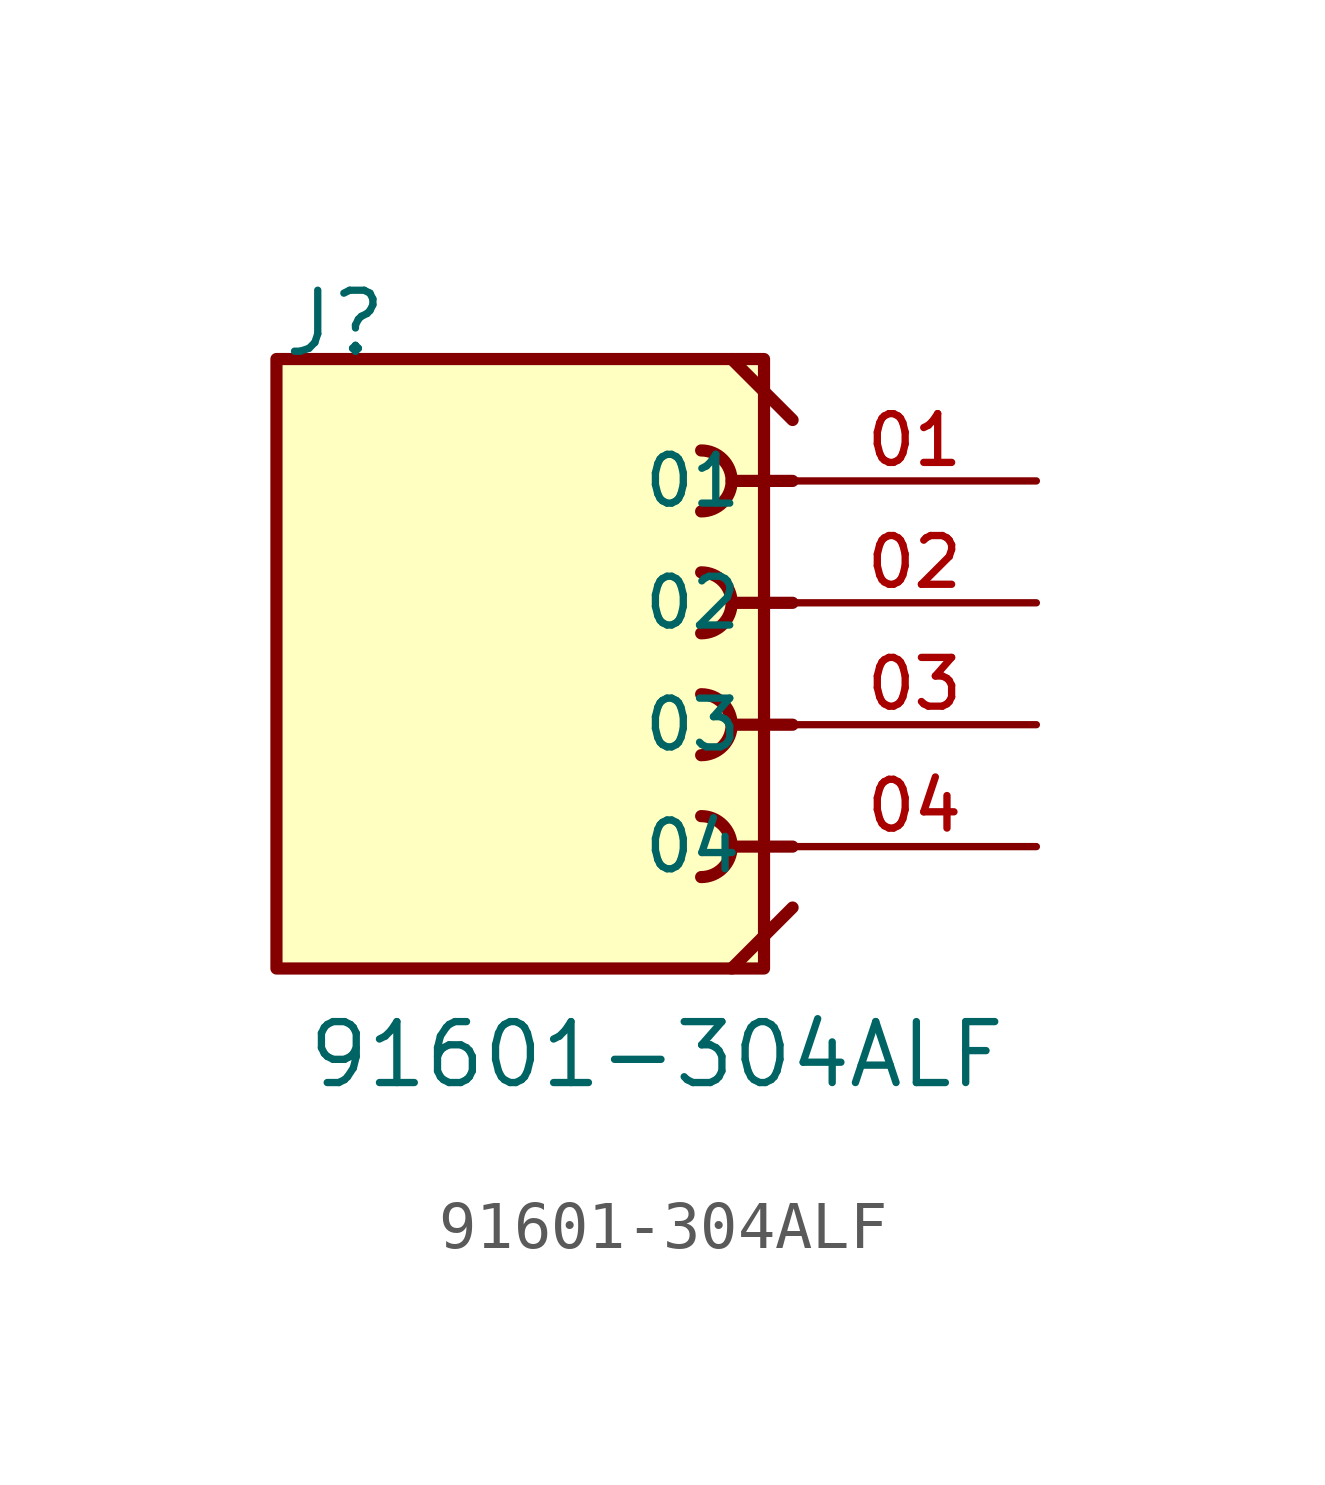
<source format=kicad_sym>
(kicad_symbol_lib
  (version 20211014)
  (generator kicad_symbol_editor)
  (symbol "91601-304ALF"
    (pin_names
      (offset 1.016))
    (property "Reference" "J"
      (at -5.58 7.62 0)
      (effects (font (size 1.27 1.27)) (justify bottom left)))
    (property "Value" "91601-304ALF"
      (at -5.08 -7.62 0)
      (effects (font (size 1.27 1.27)) (justify bottom left)))
    (symbol "91601-304ALF_0_0"
      (polyline (pts (xy 5.08 5.08) (xy 3.81 5.08)) (stroke (width 0.254)))
      (arc (start 3.175 5.715) (mid 3.81 5.08) (end 3.175 4.445) (stroke (width 0.254) (type default) (color 0 0 0 0)) (fill (type none)))
      (polyline (pts (xy 5.08 2.54) (xy 3.81 2.54)) (stroke (width 0.254)))
      (arc (start 3.175 3.175) (mid 3.81 2.54) (end 3.175 1.905) (stroke (width 0.254) (type default) (color 0 0 0 0)) (fill (type none)))
      (polyline (pts (xy 5.08 0.0) (xy 3.81 0.0)) (stroke (width 0.254)))
      (arc (start 3.175 0.635) (mid 3.81 -0.0) (end 3.175 -0.635) (stroke (width 0.254) (type default) (color 0 0 0 0)) (fill (type none)))
      (polyline (pts (xy 5.08 -2.54) (xy 3.81 -2.54)) (stroke (width 0.254)))
      (arc (start 3.175 -1.905) (mid 3.81 -2.54) (end 3.175 -3.175) (stroke (width 0.254) (type default) (color 0 0 0 0)) (fill (type none)))
      (polyline (pts (xy 3.81 7.62) (xy 5.08 6.35)) (stroke (width 0.254)))
      (polyline (pts (xy 5.08 -3.81) (xy 3.81 -5.08)) (stroke (width 0.254)))
      (rectangle (start -5.675 -5.08) (end 4.485 7.62) (stroke (width 0.254)) (fill (type background)))
      (pin passive line (at 10.16 5.08 180.0) (length 5.08) (name "01" (effects (font (size 1.016 1.016)))) (number "01" (effects (font (size 1.016 1.016)))))
      (pin passive line (at 10.16 2.54 180.0) (length 5.08) (name "02" (effects (font (size 1.016 1.016)))) (number "02" (effects (font (size 1.016 1.016)))))
      (pin passive line (at 10.16 0.0 180.0) (length 5.08) (name "03" (effects (font (size 1.016 1.016)))) (number "03" (effects (font (size 1.016 1.016)))))
      (pin passive line (at 10.16 -2.54 180.0) (length 5.08) (name "04" (effects (font (size 1.016 1.016)))) (number "04" (effects (font (size 1.016 1.016))))))))
</source>
